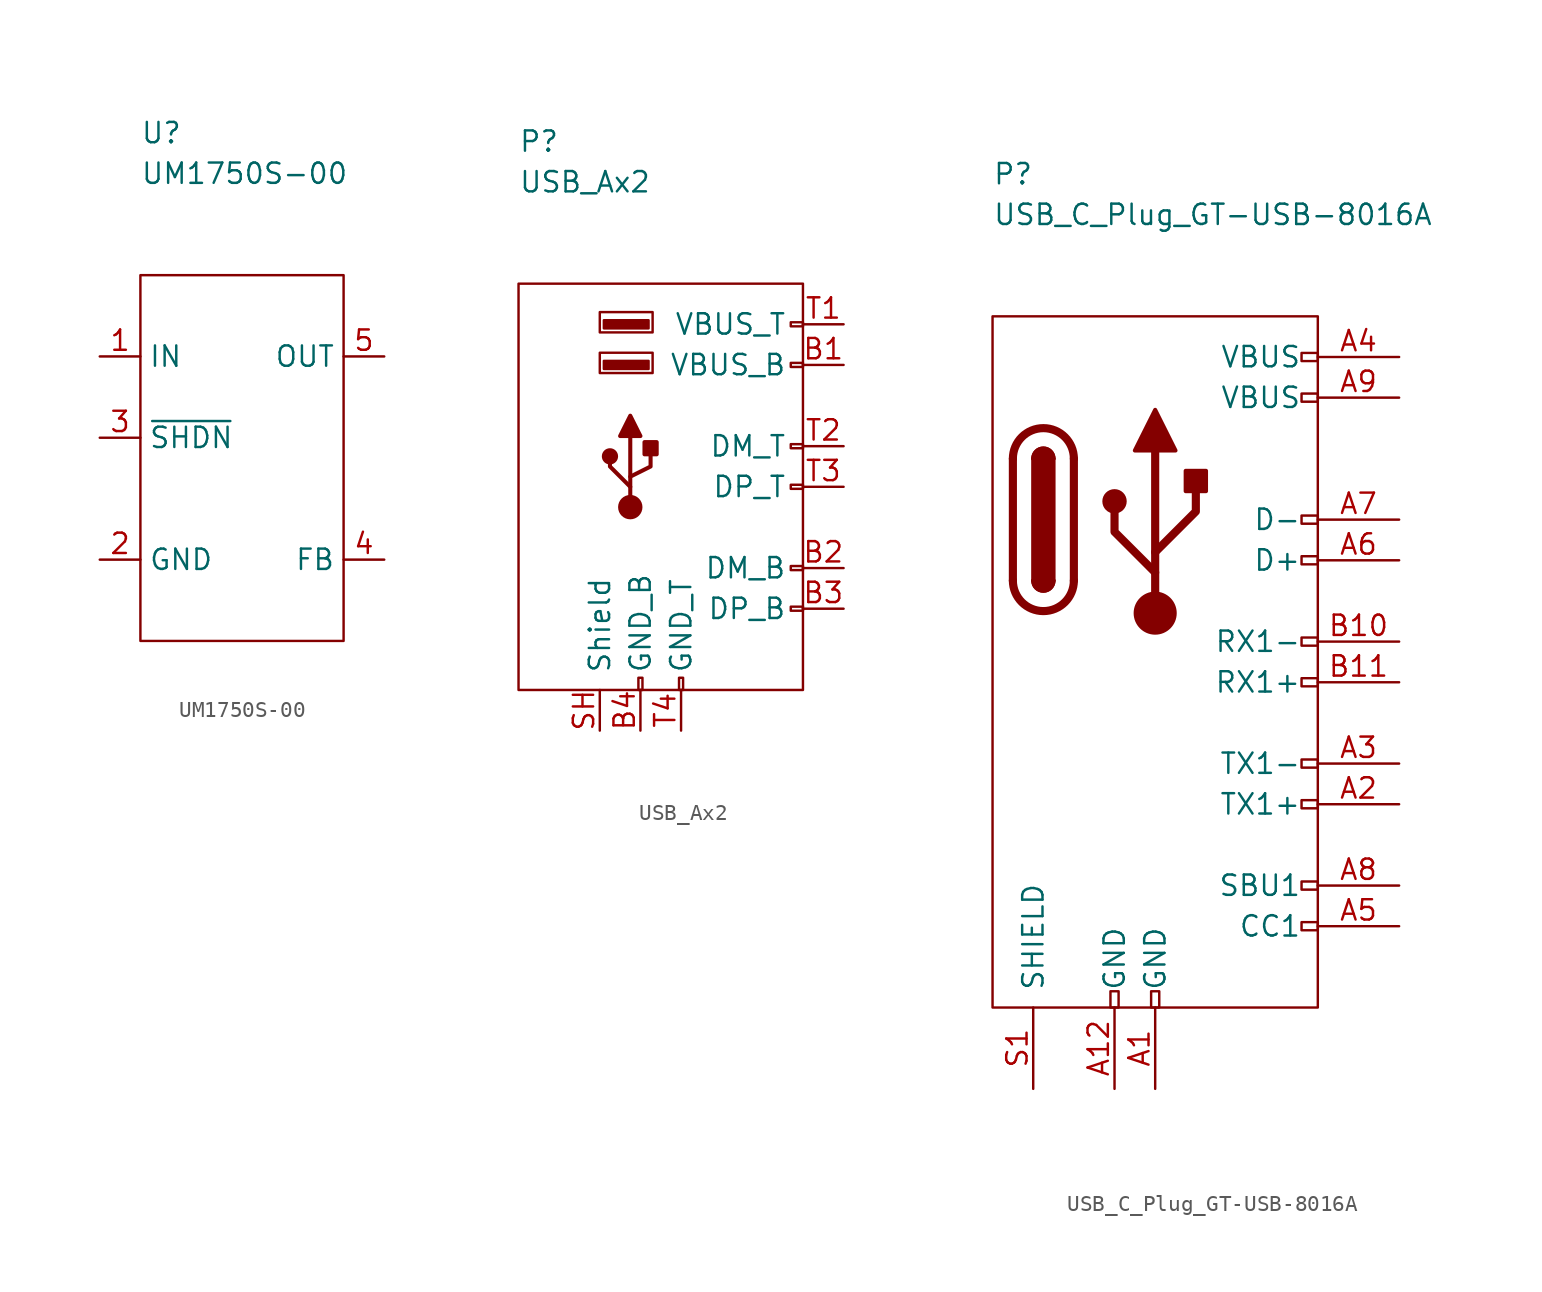
<source format=kicad_sym>
(kicad_symbol_lib
  (version 20211014)
  (generator kicad_symbol_editor)
  (symbol "UM1750S-00"
    (property "Reference" "U"
      (at 0 8.89 0)
      (effects (font (size 1.27 1.27)) (justify left)))
    (property "Value" "UM1750S-00"
      (at 0 6.35 0)
      (effects (font (size 1.27 1.27)) (justify left)))
    (symbol "UM1750S-00_0_1"
      (rectangle (start 0 0) (end 12.7 -22.86) (stroke (width 0.152) (type default) (color 0 0 0 0)) (fill (type none))))
    (symbol "UM1750S-00_1_1"
      (pin passive line (at -2.54 -5.08 0) (length 2.54) (name "IN" (effects (font (size 1.27 1.27)))) (number "1" (effects (font (size 1.27 1.27)))))
      (pin passive line (at -2.54 -17.78 0) (length 2.54) (name "GND" (effects (font (size 1.27 1.27)))) (number "2" (effects (font (size 1.27 1.27)))))
      (pin passive line (at -2.54 -10.16 0) (length 2.54) (name "~{SHDN}" (effects (font (size 1.27 1.27)))) (number "3" (effects (font (size 1.27 1.27)))))
      (pin passive line (at 15.24 -17.78 180) (length 2.54) (name "FB" (effects (font (size 1.27 1.27)))) (number "4" (effects (font (size 1.27 1.27)))))
      (pin passive line (at 15.24 -5.08 180) (length 2.54) (name "OUT" (effects (font (size 1.27 1.27)))) (number "5" (effects (font (size 1.27 1.27)))))))
  (symbol "USB_Ax2"
    (pin_names
      (offset 1.016))
    (property "Reference" "P"
      (at 0 8.89 0)
      (effects (font (size 1.27 1.27)) (justify left)))
    (property "Value" "USB_Ax2"
      (at 0 6.35 0)
      (effects (font (size 1.27 1.27)) (justify left)))
    (symbol "USB_Ax2_0_1"
      (polyline (pts (xy 6.35 -9.525) (xy 7.62 -9.525) (xy 6.985 -8.255) (xy 6.35 -9.525)) (stroke (width 0.254) (type default) (color 0 0 0 0)) (fill (type outline)))
      (polyline (pts (xy 6.985 -13.335) (xy 6.985 -12.7) (xy 5.715 -11.43) (xy 5.715 -10.795)) (stroke (width 0.254) (type default) (color 0 0 0 0)) (fill (type none)))
      (polyline (pts (xy 6.985 -12.7) (xy 6.985 -12.065) (xy 8.255 -11.43) (xy 8.255 -10.16)) (stroke (width 0.254) (type default) (color 0 0 0 0)) (fill (type none)))
      (rectangle (start 0 0) (end 17.78 -25.4) (stroke (width 0.152) (type default) (color 0 0 0 0)) (fill (type none)))
      (circle (center 5.715 -10.795) (radius 0.381) (stroke (width 0.254) (type default) (color 0 0 0 0)) (fill (type outline)))
      (circle (center 6.985 -13.97) (radius 0.635) (stroke (width 0.254) (type default) (color 0 0 0 0)) (fill (type outline)))
      (rectangle (start 7.493 -25.4) (end 7.747 -24.638) (stroke (width 0) (type default) (color 0 0 0 0)) (fill (type none)))
      (rectangle (start 7.874 -9.906) (end 8.636 -10.668) (stroke (width 0.254) (type default) (color 0 0 0 0)) (fill (type outline)))
      (rectangle (start 8.128 -5.334) (end 5.334 -4.826) (stroke (width 0) (type default) (color 0 0 0 0)) (fill (type outline)))
      (rectangle (start 8.128 -2.794) (end 5.334 -2.286) (stroke (width 0) (type default) (color 0 0 0 0)) (fill (type outline)))
      (rectangle (start 8.382 -5.588) (end 5.08 -4.318) (stroke (width 0) (type default) (color 0 0 0 0)) (fill (type none)))
      (rectangle (start 8.382 -3.048) (end 5.08 -1.778) (stroke (width 0) (type default) (color 0 0 0 0)) (fill (type none)))
      (rectangle (start 10.033 -25.4) (end 10.287 -24.638) (stroke (width 0) (type default) (color 0 0 0 0)) (fill (type none)))
      (rectangle (start 17.78 -20.447) (end 17.018 -20.193) (stroke (width 0) (type default) (color 0 0 0 0)) (fill (type none)))
      (rectangle (start 17.78 -17.907) (end 17.018 -17.653) (stroke (width 0) (type default) (color 0 0 0 0)) (fill (type none)))
      (rectangle (start 17.78 -12.827) (end 17.018 -12.573) (stroke (width 0) (type default) (color 0 0 0 0)) (fill (type none)))
      (rectangle (start 17.78 -10.287) (end 17.018 -10.033) (stroke (width 0) (type default) (color 0 0 0 0)) (fill (type none)))
      (rectangle (start 17.78 -5.207) (end 17.018 -4.953) (stroke (width 0) (type default) (color 0 0 0 0)) (fill (type none)))
      (rectangle (start 17.78 -2.667) (end 17.018 -2.413) (stroke (width 0) (type default) (color 0 0 0 0)) (fill (type none))))
    (symbol "USB_Ax2_1_1"
      (polyline (pts (xy 6.985 -12.065) (xy 6.985 -9.525)) (stroke (width 0.254) (type default) (color 0 0 0 0)) (fill (type none)))
      (pin passive line (at 20.32 -5.08 180) (length 2.54) (name "VBUS_B" (effects (font (size 1.27 1.27)))) (number "B1" (effects (font (size 1.27 1.27)))))
      (pin passive line (at 20.32 -17.78 180) (length 2.54) (name "DM_B" (effects (font (size 1.27 1.27)))) (number "B2" (effects (font (size 1.27 1.27)))))
      (pin passive line (at 20.32 -20.32 180) (length 2.54) (name "DP_B" (effects (font (size 1.27 1.27)))) (number "B3" (effects (font (size 1.27 1.27)))))
      (pin passive line (at 7.62 -27.94 90) (length 2.54) (name "GND_B" (effects (font (size 1.27 1.27)))) (number "B4" (effects (font (size 1.27 1.27)))))
      (pin passive line (at 5.08 -27.94 90) (length 2.54) (name "Shield" (effects (font (size 1.27 1.27)))) (number "SH" (effects (font (size 1.27 1.27)))))
      (pin passive line (at 20.32 -2.54 180) (length 2.54) (name "VBUS_T" (effects (font (size 1.27 1.27)))) (number "T1" (effects (font (size 1.27 1.27)))))
      (pin passive line (at 20.32 -10.16 180) (length 2.54) (name "DM_T" (effects (font (size 1.27 1.27)))) (number "T2" (effects (font (size 1.27 1.27)))))
      (pin passive line (at 20.32 -12.7 180) (length 2.54) (name "DP_T" (effects (font (size 1.27 1.27)))) (number "T3" (effects (font (size 1.27 1.27)))))
      (pin passive line (at 10.16 -27.94 90) (length 2.54) (name "GND_T" (effects (font (size 1.27 1.27)))) (number "T4" (effects (font (size 1.27 1.27)))))))
  (symbol "USB_C_Plug_GT-USB-8016A"
    (pin_names
      (offset 1.016))
    (property "Reference" "P"
      (at 0 8.89 0)
      (effects (font (size 1.27 1.27)) (justify left)))
    (property "Value" "USB_C_Plug_GT-USB-8016A"
      (at 0 6.35 0)
      (effects (font (size 1.27 1.27)) (justify left)))
    (symbol "USB_C_Plug_GT-USB-8016A_0_0"
      (rectangle (start 7.366 -43.18) (end 7.874 -42.164) (stroke (width 0) (type default) (color 0 0 0 0)) (fill (type none)))
      (rectangle (start 9.906 -43.18) (end 10.414 -42.164) (stroke (width 0) (type default) (color 0 0 0 0)) (fill (type none)))
      (rectangle (start 20.32 -37.846) (end 19.304 -38.354) (stroke (width 0) (type default) (color 0 0 0 0)) (fill (type none)))
      (rectangle (start 20.32 -35.306) (end 19.304 -35.814) (stroke (width 0) (type default) (color 0 0 0 0)) (fill (type none)))
      (rectangle (start 20.32 -30.226) (end 19.304 -30.734) (stroke (width 0) (type default) (color 0 0 0 0)) (fill (type none)))
      (rectangle (start 20.32 -27.686) (end 19.304 -28.194) (stroke (width 0) (type default) (color 0 0 0 0)) (fill (type none)))
      (rectangle (start 20.32 -22.606) (end 19.304 -23.114) (stroke (width 0) (type default) (color 0 0 0 0)) (fill (type none)))
      (rectangle (start 20.32 -20.066) (end 19.304 -20.574) (stroke (width 0) (type default) (color 0 0 0 0)) (fill (type none)))
      (rectangle (start 20.32 -14.986) (end 19.304 -15.494) (stroke (width 0) (type default) (color 0 0 0 0)) (fill (type none)))
      (rectangle (start 20.32 -12.446) (end 19.304 -12.954) (stroke (width 0) (type default) (color 0 0 0 0)) (fill (type none)))
      (rectangle (start 20.32 -4.826) (end 19.304 -5.334) (stroke (width 0) (type default) (color 0 0 0 0)) (fill (type none)))
      (rectangle (start 20.32 -2.286) (end 19.304 -2.794) (stroke (width 0) (type default) (color 0 0 0 0)) (fill (type none))))
    (symbol "USB_C_Plug_GT-USB-8016A_0_1"
      (polyline (pts (xy 1.27 -16.51) (xy 1.27 -8.89)) (stroke (width 0.508) (type default) (color 0 0 0 0)) (fill (type none)))
      (polyline (pts (xy 5.08 -8.89) (xy 5.08 -16.51)) (stroke (width 0.508) (type default) (color 0 0 0 0)) (fill (type none)))
      (rectangle (start 0 0) (end 20.32 -43.18) (stroke (width 0.152) (type default) (color 0 0 0 0)) (fill (type none)))
      (arc (start 1.27 -16.51) (mid 3.175 -18.415) (end 5.08 -16.51) (stroke (width 0.508) (type default) (color 0 0 0 0)) (fill (type none)))
      (arc (start 2.54 -16.51) (mid 3.175 -17.145) (end 3.81 -16.51) (stroke (width 0.254) (type default) (color 0 0 0 0)) (fill (type none)))
      (arc (start 2.54 -16.51) (mid 3.175 -17.145) (end 3.81 -16.51) (stroke (width 0.254) (type default) (color 0 0 0 0)) (fill (type outline)))
      (rectangle (start 2.54 -16.51) (end 3.81 -8.89) (stroke (width 0.254) (type default) (color 0 0 0 0)) (fill (type outline)))
      (arc (start 3.81 -8.89) (mid 3.175 -8.255) (end 2.54 -8.89) (stroke (width 0.254) (type default) (color 0 0 0 0)) (fill (type none)))
      (arc (start 3.81 -8.89) (mid 3.175 -8.255) (end 2.54 -8.89) (stroke (width 0.254) (type default) (color 0 0 0 0)) (fill (type outline)))
      (arc (start 5.08 -8.89) (mid 3.175 -6.985) (end 1.27 -8.89) (stroke (width 0.508) (type default) (color 0 0 0 0)) (fill (type none))))
    (symbol "USB_C_Plug_GT-USB-8016A_1_1"
      (polyline (pts (xy 10.16 -18.542) (xy 10.16 -8.382)) (stroke (width 0.508) (type default) (color 0 0 0 0)) (fill (type none)))
      (polyline (pts (xy 10.16 -16.002) (xy 7.62 -13.462) (xy 7.62 -12.192)) (stroke (width 0.508) (type default) (color 0 0 0 0)) (fill (type none)))
      (polyline (pts (xy 10.16 -14.732) (xy 12.7 -12.192) (xy 12.7 -10.922)) (stroke (width 0.508) (type default) (color 0 0 0 0)) (fill (type none)))
      (polyline (pts (xy 8.89 -8.382) (xy 10.16 -5.842) (xy 11.43 -8.382) (xy 8.89 -8.382)) (stroke (width 0.254) (type default) (color 0 0 0 0)) (fill (type outline)))
      (circle (center 7.62 -11.557) (radius 0.635) (stroke (width 0.254) (type default) (color 0 0 0 0)) (fill (type outline)))
      (circle (center 10.16 -18.542) (radius 1.27) (stroke (width 0) (type default) (color 0 0 0 0)) (fill (type outline)))
      (rectangle (start 12.065 -10.922) (end 13.335 -9.652) (stroke (width 0.254) (type default) (color 0 0 0 0)) (fill (type outline)))
      (pin passive line (at 10.16 -48.26 90) (length 5.08) (name "GND" (effects (font (size 1.27 1.27)))) (number "A1" (effects (font (size 1.27 1.27)))))
      (pin passive line (at 7.62 -48.26 90) (length 5.08) (name "GND" (effects (font (size 1.27 1.27)))) (number "A12" (effects (font (size 1.27 1.27)))))
      (pin bidirectional line (at 25.4 -30.48 180) (length 5.08) (name "TX1+" (effects (font (size 1.27 1.27)))) (number "A2" (effects (font (size 1.27 1.27)))))
      (pin bidirectional line (at 25.4 -27.94 180) (length 5.08) (name "TX1-" (effects (font (size 1.27 1.27)))) (number "A3" (effects (font (size 1.27 1.27)))))
      (pin passive line (at 25.4 -2.54 180) (length 5.08) (name "VBUS" (effects (font (size 1.27 1.27)))) (number "A4" (effects (font (size 1.27 1.27)))))
      (pin bidirectional line (at 25.4 -38.1 180) (length 5.08) (name "CC1" (effects (font (size 1.27 1.27)))) (number "A5" (effects (font (size 1.27 1.27)))))
      (pin bidirectional line (at 25.4 -15.24 180) (length 5.08) (name "D+" (effects (font (size 1.27 1.27)))) (number "A6" (effects (font (size 1.27 1.27)))))
      (pin bidirectional line (at 25.4 -12.7 180) (length 5.08) (name "D-" (effects (font (size 1.27 1.27)))) (number "A7" (effects (font (size 1.27 1.27)))))
      (pin bidirectional line (at 25.4 -35.56 180) (length 5.08) (name "SBU1" (effects (font (size 1.27 1.27)))) (number "A8" (effects (font (size 1.27 1.27)))))
      (pin passive line (at 25.4 -5.08 180) (length 5.08) (name "VBUS" (effects (font (size 1.27 1.27)))) (number "A9" (effects (font (size 1.27 1.27)))))
      (pin bidirectional line (at 25.4 -20.32 180) (length 5.08) (name "RX1-" (effects (font (size 1.27 1.27)))) (number "B10" (effects (font (size 1.27 1.27)))))
      (pin bidirectional line (at 25.4 -22.86 180) (length 5.08) (name "RX1+" (effects (font (size 1.27 1.27)))) (number "B11" (effects (font (size 1.27 1.27)))))
      (pin passive line (at 2.54 -48.26 90) (length 5.08) (name "SHIELD" (effects (font (size 1.27 1.27)))) (number "S1" (effects (font (size 1.27 1.27))))))))
</source>
